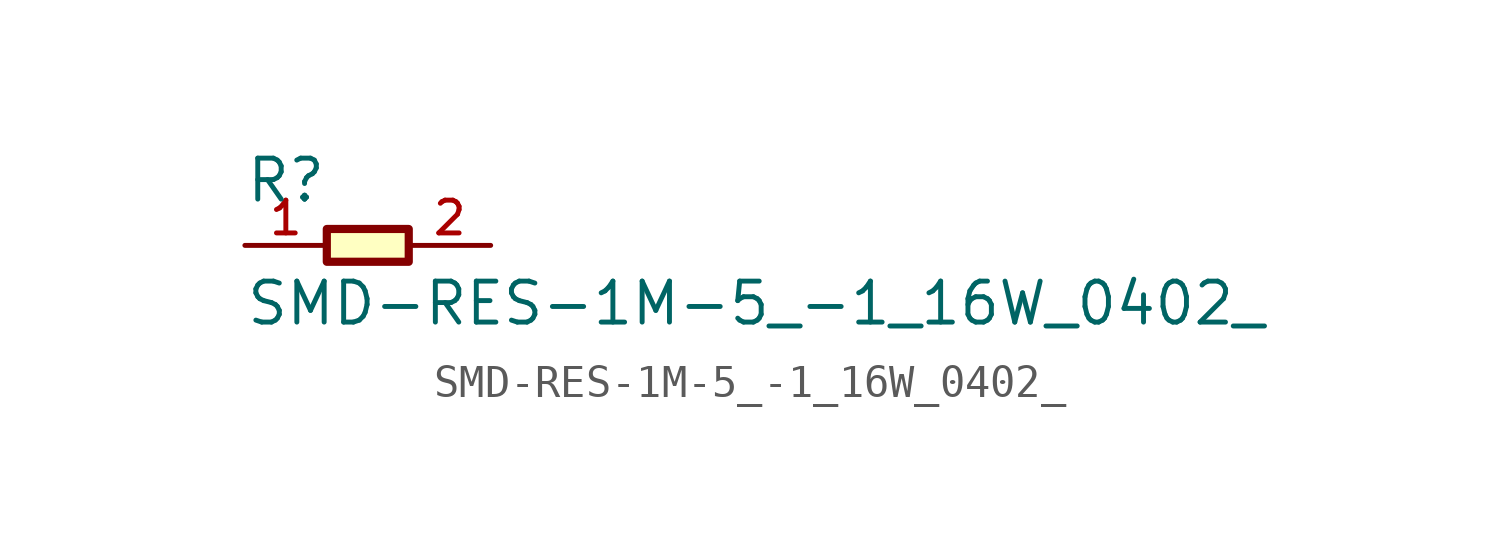
<source format=kicad_sym>
(kicad_symbol_lib
  (version 20211014)
  (generator kicad_symbol_editor)
  (symbol "SMD-RES-1M-5_-1_16W_0402_"
    (pin_names
      (offset 1.016))
    (property "Reference" "R"
      (at -3.813 1.271 0)
      (effects (font (size 1.27 1.27)) (justify bottom left)))
    (property "Value" "SMD-RES-1M-5_-1_16W_0402_"
      (at -3.811 -2.541 0)
      (effects (font (size 1.27 1.27)) (justify bottom left)))
    (symbol "SMD-RES-1M-5_-1_16W_0402__0_0"
      (rectangle (start -1.27 -0.508) (end 1.27 0.508) (stroke (width 0.254)) (fill (type background)))
      (pin passive line (at -3.81 0.0 0) (length 2.54) (name "~" (effects (font (size 1.016 1.016)))) (number "1" (effects (font (size 1.016 1.016)))))
      (pin passive line (at 3.81 0.0 180.0) (length 2.54) (name "~" (effects (font (size 1.016 1.016)))) (number "2" (effects (font (size 1.016 1.016))))))))
</source>
